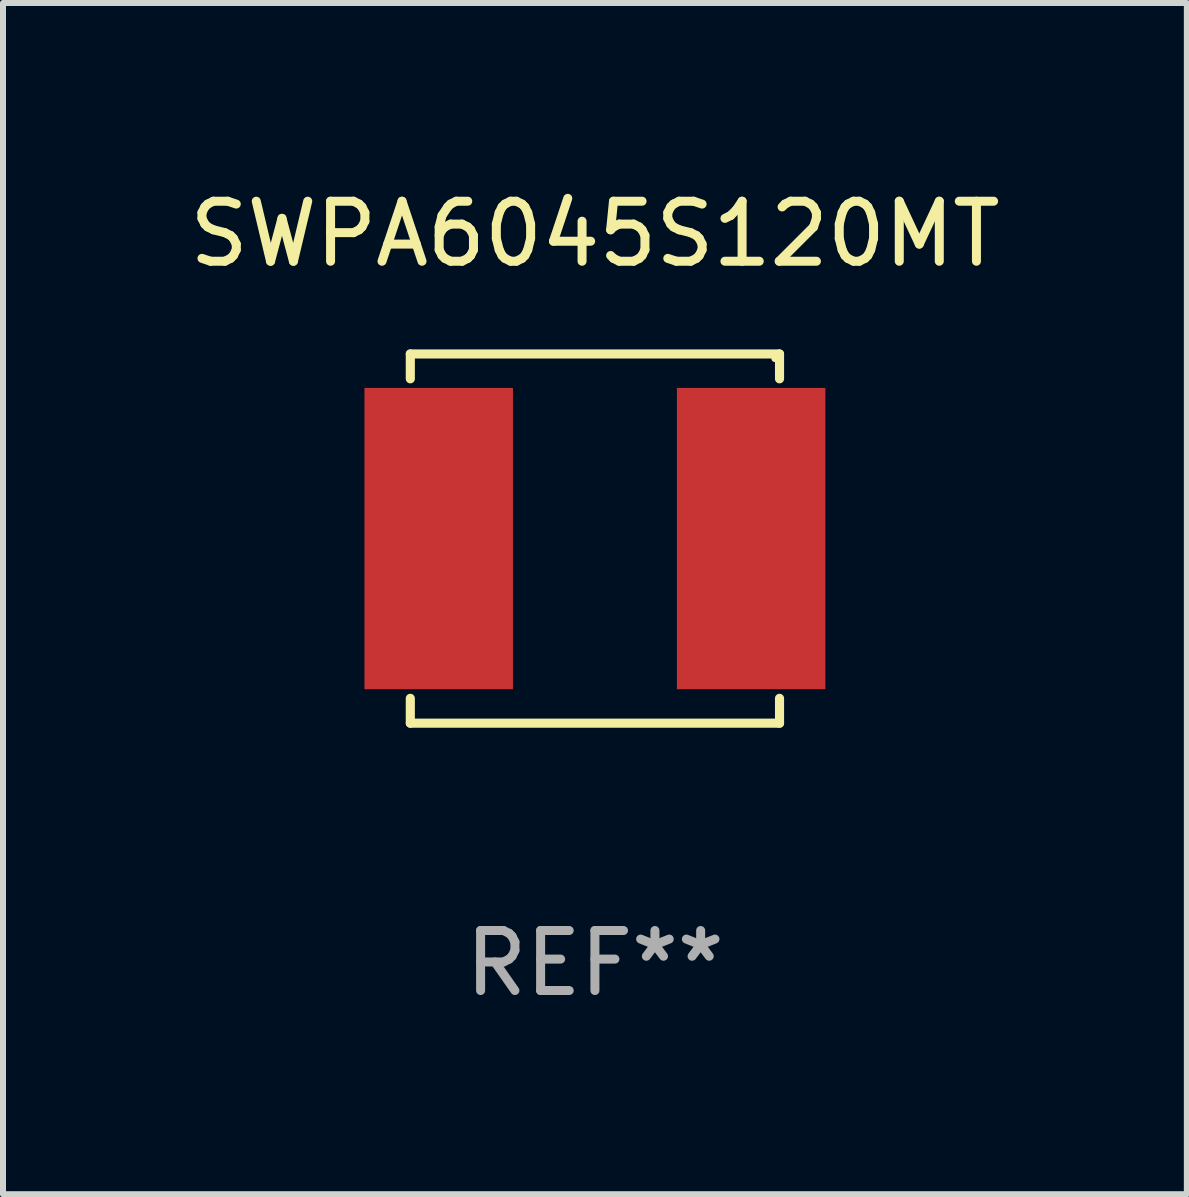
<source format=kicad_pcb>
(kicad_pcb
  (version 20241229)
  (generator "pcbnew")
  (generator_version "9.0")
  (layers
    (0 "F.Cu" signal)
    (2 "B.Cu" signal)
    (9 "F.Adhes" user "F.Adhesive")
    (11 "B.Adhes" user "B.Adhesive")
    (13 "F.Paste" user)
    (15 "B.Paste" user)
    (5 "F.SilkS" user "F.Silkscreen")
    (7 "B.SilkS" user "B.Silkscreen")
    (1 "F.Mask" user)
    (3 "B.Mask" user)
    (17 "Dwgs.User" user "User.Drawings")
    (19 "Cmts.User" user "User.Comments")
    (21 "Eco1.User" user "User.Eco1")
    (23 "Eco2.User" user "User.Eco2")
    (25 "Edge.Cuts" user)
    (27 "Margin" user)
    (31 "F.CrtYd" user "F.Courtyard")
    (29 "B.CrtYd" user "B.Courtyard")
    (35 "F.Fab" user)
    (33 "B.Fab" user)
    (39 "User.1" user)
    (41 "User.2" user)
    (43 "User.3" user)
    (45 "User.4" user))
  (footprint "SWPA6045S120MT"
    (layer "F.Cu")
    (at 6.863 5.924)
    (property "Reference" "SWPA6045S120MT" (at 0 -5.076 0) (layer "F.SilkS") (effects (font (size 1 1) (thickness 0.15))))
    (attr through_hole)
    (fp_line (start -3.076 -3.076) (end 3.076 -3.076) (stroke (width 0.152) (type solid)) (layer "F.SilkS"))
    (fp_line (start -3.076 -2.662) (end -3.076 -3.076) (stroke (width 0.152) (type solid)) (layer "F.SilkS"))
    (fp_line (start -3.076 2.662) (end -3.076 3.076) (stroke (width 0.152) (type solid)) (layer "F.SilkS"))
    (fp_line (start -3.076 3.076) (end 3.076 3.076) (stroke (width 0.152) (type solid)) (layer "F.SilkS"))
    (fp_line (start 3.076 -3.076) (end 3.076 -2.662) (stroke (width 0.152) (type solid)) (layer "F.SilkS"))
    (fp_line (start 3.076 3.076) (end 3.076 2.662) (stroke (width 0.152) (type solid)) (layer "F.SilkS"))
    (fp_circle (center 3 -3) (end 3.03 -3) (stroke (width 0.06) (type solid)) (fill no) (layer "F.SilkS"))
    (fp_text user "REF**" (at 0 7.076 0) (layer "F.Fab") (effects (font (size 1 1) (thickness 0.15))))
    (pad "1" smd rect (at 2.603 0) (size 2.474 5.02) (layers "F.Cu" "F.Mask" "F.Paste"))
    (pad "2" smd rect (at -2.603 0) (size 2.474 5.02) (layers "F.Cu" "F.Mask" "F.Paste")))
  (gr_rect
    (start -3 -3)
    (end 16.726 16.849)
    (stroke (width 0.1) (type default))
    (fill no)
    (layer "Edge.Cuts")))
</source>
